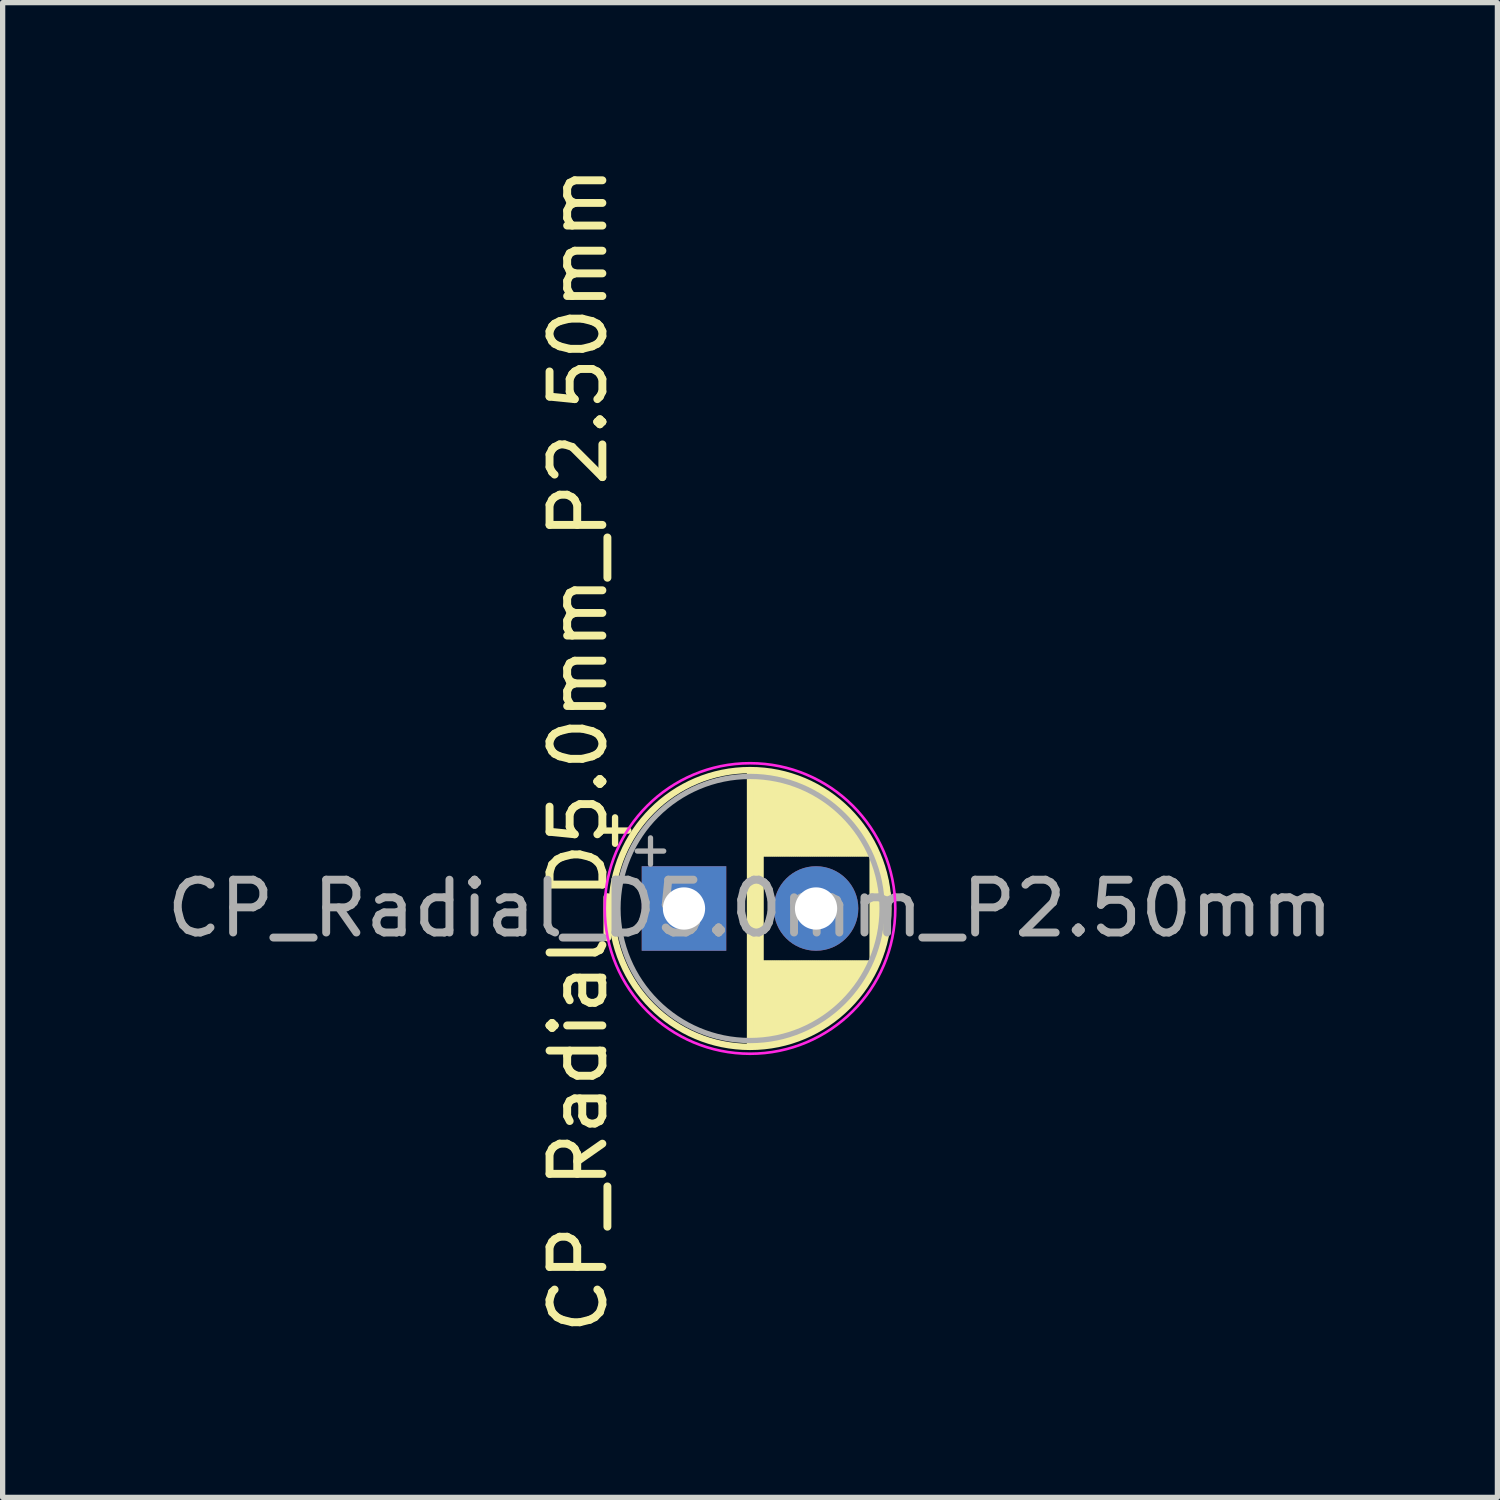
<source format=kicad_pcb>
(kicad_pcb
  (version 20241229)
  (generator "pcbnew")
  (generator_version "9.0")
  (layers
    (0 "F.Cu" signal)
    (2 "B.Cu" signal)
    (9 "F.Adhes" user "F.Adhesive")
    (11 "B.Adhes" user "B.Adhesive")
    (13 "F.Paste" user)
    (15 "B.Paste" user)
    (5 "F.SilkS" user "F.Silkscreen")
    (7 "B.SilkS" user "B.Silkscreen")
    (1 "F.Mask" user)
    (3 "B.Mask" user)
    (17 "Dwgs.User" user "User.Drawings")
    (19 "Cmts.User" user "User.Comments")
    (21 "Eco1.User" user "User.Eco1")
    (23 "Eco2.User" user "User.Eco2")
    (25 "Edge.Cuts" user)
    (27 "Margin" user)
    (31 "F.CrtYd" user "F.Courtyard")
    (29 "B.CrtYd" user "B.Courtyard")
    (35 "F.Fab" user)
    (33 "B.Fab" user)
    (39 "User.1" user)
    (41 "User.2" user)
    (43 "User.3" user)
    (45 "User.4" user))
  (footprint "CP_Radial_D5.0mm_P2.50mm"
    (layer "F.Cu")
    (at 9.899 14.149)
    (property "Reference" "CP_Radial_D5.0mm_P2.50mm" (at -2 -3 90) (layer "F.SilkS") (effects (font (size 1 1) (thickness 0.15))))
    (attr through_hole)
    (fp_line (start -1.555 -1.475) (end -1.055 -1.475) (stroke (width 0.12) (type solid)) (layer "F.SilkS"))
    (fp_line (start -1.305 -1.725) (end -1.305 -1.225) (stroke (width 0.12) (type solid)) (layer "F.SilkS"))
    (fp_line (start 1.25 -2.58) (end 1.25 2.58) (stroke (width 0.12) (type solid)) (layer "F.SilkS"))
    (fp_line (start 1.29 -2.58) (end 1.29 2.58) (stroke (width 0.12) (type solid)) (layer "F.SilkS"))
    (fp_line (start 1.33 -2.579) (end 1.33 2.579) (stroke (width 0.12) (type solid)) (layer "F.SilkS"))
    (fp_line (start 1.37 -2.578) (end 1.37 2.578) (stroke (width 0.12) (type solid)) (layer "F.SilkS"))
    (fp_line (start 1.41 -2.576) (end 1.41 2.576) (stroke (width 0.12) (type solid)) (layer "F.SilkS"))
    (fp_line (start 1.45 -2.573) (end 1.45 2.573) (stroke (width 0.12) (type solid)) (layer "F.SilkS"))
    (fp_line (start 1.49 -2.569) (end 1.49 -1.04) (stroke (width 0.12) (type solid)) (layer "F.SilkS"))
    (fp_line (start 1.49 1.04) (end 1.49 2.569) (stroke (width 0.12) (type solid)) (layer "F.SilkS"))
    (fp_line (start 1.53 -2.565) (end 1.53 -1.04) (stroke (width 0.12) (type solid)) (layer "F.SilkS"))
    (fp_line (start 1.53 1.04) (end 1.53 2.565) (stroke (width 0.12) (type solid)) (layer "F.SilkS"))
    (fp_line (start 1.57 -2.561) (end 1.57 -1.04) (stroke (width 0.12) (type solid)) (layer "F.SilkS"))
    (fp_line (start 1.57 1.04) (end 1.57 2.561) (stroke (width 0.12) (type solid)) (layer "F.SilkS"))
    (fp_line (start 1.61 -2.556) (end 1.61 -1.04) (stroke (width 0.12) (type solid)) (layer "F.SilkS"))
    (fp_line (start 1.61 1.04) (end 1.61 2.556) (stroke (width 0.12) (type solid)) (layer "F.SilkS"))
    (fp_line (start 1.65 -2.55) (end 1.65 -1.04) (stroke (width 0.12) (type solid)) (layer "F.SilkS"))
    (fp_line (start 1.65 1.04) (end 1.65 2.55) (stroke (width 0.12) (type solid)) (layer "F.SilkS"))
    (fp_line (start 1.69 -2.543) (end 1.69 -1.04) (stroke (width 0.12) (type solid)) (layer "F.SilkS"))
    (fp_line (start 1.69 1.04) (end 1.69 2.543) (stroke (width 0.12) (type solid)) (layer "F.SilkS"))
    (fp_line (start 1.73 -2.536) (end 1.73 -1.04) (stroke (width 0.12) (type solid)) (layer "F.SilkS"))
    (fp_line (start 1.73 1.04) (end 1.73 2.536) (stroke (width 0.12) (type solid)) (layer "F.SilkS"))
    (fp_line (start 1.77 -2.528) (end 1.77 -1.04) (stroke (width 0.12) (type solid)) (layer "F.SilkS"))
    (fp_line (start 1.77 1.04) (end 1.77 2.528) (stroke (width 0.12) (type solid)) (layer "F.SilkS"))
    (fp_line (start 1.81 -2.52) (end 1.81 -1.04) (stroke (width 0.12) (type solid)) (layer "F.SilkS"))
    (fp_line (start 1.81 1.04) (end 1.81 2.52) (stroke (width 0.12) (type solid)) (layer "F.SilkS"))
    (fp_line (start 1.85 -2.511) (end 1.85 -1.04) (stroke (width 0.12) (type solid)) (layer "F.SilkS"))
    (fp_line (start 1.85 1.04) (end 1.85 2.511) (stroke (width 0.12) (type solid)) (layer "F.SilkS"))
    (fp_line (start 1.89 -2.501) (end 1.89 -1.04) (stroke (width 0.12) (type solid)) (layer "F.SilkS"))
    (fp_line (start 1.89 1.04) (end 1.89 2.501) (stroke (width 0.12) (type solid)) (layer "F.SilkS"))
    (fp_line (start 1.93 -2.491) (end 1.93 -1.04) (stroke (width 0.12) (type solid)) (layer "F.SilkS"))
    (fp_line (start 1.93 1.04) (end 1.93 2.491) (stroke (width 0.12) (type solid)) (layer "F.SilkS"))
    (fp_line (start 1.971 -2.48) (end 1.971 -1.04) (stroke (width 0.12) (type solid)) (layer "F.SilkS"))
    (fp_line (start 1.971 1.04) (end 1.971 2.48) (stroke (width 0.12) (type solid)) (layer "F.SilkS"))
    (fp_line (start 2.011 -2.468) (end 2.011 -1.04) (stroke (width 0.12) (type solid)) (layer "F.SilkS"))
    (fp_line (start 2.011 1.04) (end 2.011 2.468) (stroke (width 0.12) (type solid)) (layer "F.SilkS"))
    (fp_line (start 2.051 -2.455) (end 2.051 -1.04) (stroke (width 0.12) (type solid)) (layer "F.SilkS"))
    (fp_line (start 2.051 1.04) (end 2.051 2.455) (stroke (width 0.12) (type solid)) (layer "F.SilkS"))
    (fp_line (start 2.091 -2.442) (end 2.091 -1.04) (stroke (width 0.12) (type solid)) (layer "F.SilkS"))
    (fp_line (start 2.091 1.04) (end 2.091 2.442) (stroke (width 0.12) (type solid)) (layer "F.SilkS"))
    (fp_line (start 2.131 -2.428) (end 2.131 -1.04) (stroke (width 0.12) (type solid)) (layer "F.SilkS"))
    (fp_line (start 2.131 1.04) (end 2.131 2.428) (stroke (width 0.12) (type solid)) (layer "F.SilkS"))
    (fp_line (start 2.171 -2.414) (end 2.171 -1.04) (stroke (width 0.12) (type solid)) (layer "F.SilkS"))
    (fp_line (start 2.171 1.04) (end 2.171 2.414) (stroke (width 0.12) (type solid)) (layer "F.SilkS"))
    (fp_line (start 2.211 -2.398) (end 2.211 -1.04) (stroke (width 0.12) (type solid)) (layer "F.SilkS"))
    (fp_line (start 2.211 1.04) (end 2.211 2.398) (stroke (width 0.12) (type solid)) (layer "F.SilkS"))
    (fp_line (start 2.251 -2.382) (end 2.251 -1.04) (stroke (width 0.12) (type solid)) (layer "F.SilkS"))
    (fp_line (start 2.251 1.04) (end 2.251 2.382) (stroke (width 0.12) (type solid)) (layer "F.SilkS"))
    (fp_line (start 2.291 -2.365) (end 2.291 -1.04) (stroke (width 0.12) (type solid)) (layer "F.SilkS"))
    (fp_line (start 2.291 1.04) (end 2.291 2.365) (stroke (width 0.12) (type solid)) (layer "F.SilkS"))
    (fp_line (start 2.331 -2.348) (end 2.331 -1.04) (stroke (width 0.12) (type solid)) (layer "F.SilkS"))
    (fp_line (start 2.331 1.04) (end 2.331 2.348) (stroke (width 0.12) (type solid)) (layer "F.SilkS"))
    (fp_line (start 2.371 -2.329) (end 2.371 -1.04) (stroke (width 0.12) (type solid)) (layer "F.SilkS"))
    (fp_line (start 2.371 1.04) (end 2.371 2.329) (stroke (width 0.12) (type solid)) (layer "F.SilkS"))
    (fp_line (start 2.411 -2.31) (end 2.411 -1.04) (stroke (width 0.12) (type solid)) (layer "F.SilkS"))
    (fp_line (start 2.411 1.04) (end 2.411 2.31) (stroke (width 0.12) (type solid)) (layer "F.SilkS"))
    (fp_line (start 2.451 -2.29) (end 2.451 -1.04) (stroke (width 0.12) (type solid)) (layer "F.SilkS"))
    (fp_line (start 2.451 1.04) (end 2.451 2.29) (stroke (width 0.12) (type solid)) (layer "F.SilkS"))
    (fp_line (start 2.491 -2.268) (end 2.491 -1.04) (stroke (width 0.12) (type solid)) (layer "F.SilkS"))
    (fp_line (start 2.491 1.04) (end 2.491 2.268) (stroke (width 0.12) (type solid)) (layer "F.SilkS"))
    (fp_line (start 2.531 -2.247) (end 2.531 -1.04) (stroke (width 0.12) (type solid)) (layer "F.SilkS"))
    (fp_line (start 2.531 1.04) (end 2.531 2.247) (stroke (width 0.12) (type solid)) (layer "F.SilkS"))
    (fp_line (start 2.571 -2.224) (end 2.571 -1.04) (stroke (width 0.12) (type solid)) (layer "F.SilkS"))
    (fp_line (start 2.571 1.04) (end 2.571 2.224) (stroke (width 0.12) (type solid)) (layer "F.SilkS"))
    (fp_line (start 2.611 -2.2) (end 2.611 -1.04) (stroke (width 0.12) (type solid)) (layer "F.SilkS"))
    (fp_line (start 2.611 1.04) (end 2.611 2.2) (stroke (width 0.12) (type solid)) (layer "F.SilkS"))
    (fp_line (start 2.651 -2.175) (end 2.651 -1.04) (stroke (width 0.12) (type solid)) (layer "F.SilkS"))
    (fp_line (start 2.651 1.04) (end 2.651 2.175) (stroke (width 0.12) (type solid)) (layer "F.SilkS"))
    (fp_line (start 2.691 -2.149) (end 2.691 -1.04) (stroke (width 0.12) (type solid)) (layer "F.SilkS"))
    (fp_line (start 2.691 1.04) (end 2.691 2.149) (stroke (width 0.12) (type solid)) (layer "F.SilkS"))
    (fp_line (start 2.731 -2.122) (end 2.731 -1.04) (stroke (width 0.12) (type solid)) (layer "F.SilkS"))
    (fp_line (start 2.731 1.04) (end 2.731 2.122) (stroke (width 0.12) (type solid)) (layer "F.SilkS"))
    (fp_line (start 2.771 -2.095) (end 2.771 -1.04) (stroke (width 0.12) (type solid)) (layer "F.SilkS"))
    (fp_line (start 2.771 1.04) (end 2.771 2.095) (stroke (width 0.12) (type solid)) (layer "F.SilkS"))
    (fp_line (start 2.811 -2.065) (end 2.811 -1.04) (stroke (width 0.12) (type solid)) (layer "F.SilkS"))
    (fp_line (start 2.811 1.04) (end 2.811 2.065) (stroke (width 0.12) (type solid)) (layer "F.SilkS"))
    (fp_line (start 2.851 -2.035) (end 2.851 -1.04) (stroke (width 0.12) (type solid)) (layer "F.SilkS"))
    (fp_line (start 2.851 1.04) (end 2.851 2.035) (stroke (width 0.12) (type solid)) (layer "F.SilkS"))
    (fp_line (start 2.891 -2.004) (end 2.891 -1.04) (stroke (width 0.12) (type solid)) (layer "F.SilkS"))
    (fp_line (start 2.891 1.04) (end 2.891 2.004) (stroke (width 0.12) (type solid)) (layer "F.SilkS"))
    (fp_line (start 2.931 -1.971) (end 2.931 -1.04) (stroke (width 0.12) (type solid)) (layer "F.SilkS"))
    (fp_line (start 2.931 1.04) (end 2.931 1.971) (stroke (width 0.12) (type solid)) (layer "F.SilkS"))
    (fp_line (start 2.971 -1.937) (end 2.971 -1.04) (stroke (width 0.12) (type solid)) (layer "F.SilkS"))
    (fp_line (start 2.971 1.04) (end 2.971 1.937) (stroke (width 0.12) (type solid)) (layer "F.SilkS"))
    (fp_line (start 3.011 -1.901) (end 3.011 -1.04) (stroke (width 0.12) (type solid)) (layer "F.SilkS"))
    (fp_line (start 3.011 1.04) (end 3.011 1.901) (stroke (width 0.12) (type solid)) (layer "F.SilkS"))
    (fp_line (start 3.051 -1.864) (end 3.051 -1.04) (stroke (width 0.12) (type solid)) (layer "F.SilkS"))
    (fp_line (start 3.051 1.04) (end 3.051 1.864) (stroke (width 0.12) (type solid)) (layer "F.SilkS"))
    (fp_line (start 3.091 -1.826) (end 3.091 -1.04) (stroke (width 0.12) (type solid)) (layer "F.SilkS"))
    (fp_line (start 3.091 1.04) (end 3.091 1.826) (stroke (width 0.12) (type solid)) (layer "F.SilkS"))
    (fp_line (start 3.131 -1.785) (end 3.131 -1.04) (stroke (width 0.12) (type solid)) (layer "F.SilkS"))
    (fp_line (start 3.131 1.04) (end 3.131 1.785) (stroke (width 0.12) (type solid)) (layer "F.SilkS"))
    (fp_line (start 3.171 -1.743) (end 3.171 -1.04) (stroke (width 0.12) (type solid)) (layer "F.SilkS"))
    (fp_line (start 3.171 1.04) (end 3.171 1.743) (stroke (width 0.12) (type solid)) (layer "F.SilkS"))
    (fp_line (start 3.211 -1.699) (end 3.211 -1.04) (stroke (width 0.12) (type solid)) (layer "F.SilkS"))
    (fp_line (start 3.211 1.04) (end 3.211 1.699) (stroke (width 0.12) (type solid)) (layer "F.SilkS"))
    (fp_line (start 3.251 -1.653) (end 3.251 -1.04) (stroke (width 0.12) (type solid)) (layer "F.SilkS"))
    (fp_line (start 3.251 1.04) (end 3.251 1.653) (stroke (width 0.12) (type solid)) (layer "F.SilkS"))
    (fp_line (start 3.291 -1.605) (end 3.291 -1.04) (stroke (width 0.12) (type solid)) (layer "F.SilkS"))
    (fp_line (start 3.291 1.04) (end 3.291 1.605) (stroke (width 0.12) (type solid)) (layer "F.SilkS"))
    (fp_line (start 3.331 -1.554) (end 3.331 -1.04) (stroke (width 0.12) (type solid)) (layer "F.SilkS"))
    (fp_line (start 3.331 1.04) (end 3.331 1.554) (stroke (width 0.12) (type solid)) (layer "F.SilkS"))
    (fp_line (start 3.371 -1.5) (end 3.371 -1.04) (stroke (width 0.12) (type solid)) (layer "F.SilkS"))
    (fp_line (start 3.371 1.04) (end 3.371 1.5) (stroke (width 0.12) (type solid)) (layer "F.SilkS"))
    (fp_line (start 3.411 -1.443) (end 3.411 -1.04) (stroke (width 0.12) (type solid)) (layer "F.SilkS"))
    (fp_line (start 3.411 1.04) (end 3.411 1.443) (stroke (width 0.12) (type solid)) (layer "F.SilkS"))
    (fp_line (start 3.451 -1.383) (end 3.451 -1.04) (stroke (width 0.12) (type solid)) (layer "F.SilkS"))
    (fp_line (start 3.451 1.04) (end 3.451 1.383) (stroke (width 0.12) (type solid)) (layer "F.SilkS"))
    (fp_line (start 3.491 -1.319) (end 3.491 -1.04) (stroke (width 0.12) (type solid)) (layer "F.SilkS"))
    (fp_line (start 3.491 1.04) (end 3.491 1.319) (stroke (width 0.12) (type solid)) (layer "F.SilkS"))
    (fp_line (start 3.531 -1.251) (end 3.531 -1.04) (stroke (width 0.12) (type solid)) (layer "F.SilkS"))
    (fp_line (start 3.531 1.04) (end 3.531 1.251) (stroke (width 0.12) (type solid)) (layer "F.SilkS"))
    (fp_line (start 3.571 -1.178) (end 3.571 1.178) (stroke (width 0.12) (type solid)) (layer "F.SilkS"))
    (fp_line (start 3.611 -1.098) (end 3.611 1.098) (stroke (width 0.12) (type solid)) (layer "F.SilkS"))
    (fp_line (start 3.651 -1.011) (end 3.651 1.011) (stroke (width 0.12) (type solid)) (layer "F.SilkS"))
    (fp_line (start 3.691 -0.915) (end 3.691 0.915) (stroke (width 0.12) (type solid)) (layer "F.SilkS"))
    (fp_line (start 3.731 -0.805) (end 3.731 0.805) (stroke (width 0.12) (type solid)) (layer "F.SilkS"))
    (fp_line (start 3.771 -0.677) (end 3.771 0.677) (stroke (width 0.12) (type solid)) (layer "F.SilkS"))
    (fp_line (start 3.811 -0.518) (end 3.811 0.518) (stroke (width 0.12) (type solid)) (layer "F.SilkS"))
    (fp_line (start 3.851 -0.284) (end 3.851 0.284) (stroke (width 0.12) (type solid)) (layer "F.SilkS"))
    (fp_circle (center 1.25 0) (end 3.87 0) (stroke (width 0.12) (type solid)) (fill no) (layer "F.SilkS"))
    (fp_circle (center 1.25 0) (end 4 0) (stroke (width 0.05) (type solid)) (fill no) (layer "F.CrtYd"))
    (fp_line (start -0.884 -1.087) (end -0.384 -1.087) (stroke (width 0.1) (type solid)) (layer "F.Fab"))
    (fp_line (start -0.634 -1.337) (end -0.634 -0.838) (stroke (width 0.1) (type solid)) (layer "F.Fab"))
    (fp_circle (center 1.25 0) (end 3.75 0) (stroke (width 0.1) (type solid)) (fill no) (layer "F.Fab"))
    (fp_text user "${REFERENCE}" (at 1.25 0 0) (layer "F.Fab") (effects (font (size 1 1) (thickness 0.15))))
    (pad "1" thru_hole rect (at 0 0) (size 1.6 1.6) (drill 0.8) (layers "*.Cu" "*.Mask"))
    (pad "2" thru_hole circle (at 2.5 0) (size 1.6 1.6) (drill 0.8) (layers "*.Cu" "*.Mask")))
  (gr_rect
    (start -3 -3)
    (end 25.298 25.298)
    (stroke (width 0.1) (type default))
    (fill no)
    (layer "Edge.Cuts")))
</source>
